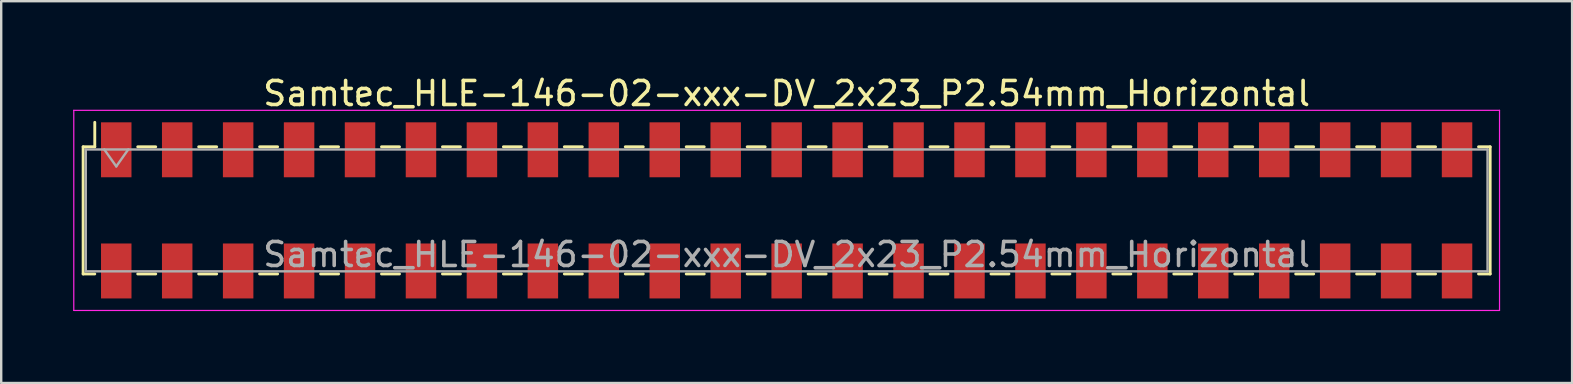
<source format=kicad_pcb>
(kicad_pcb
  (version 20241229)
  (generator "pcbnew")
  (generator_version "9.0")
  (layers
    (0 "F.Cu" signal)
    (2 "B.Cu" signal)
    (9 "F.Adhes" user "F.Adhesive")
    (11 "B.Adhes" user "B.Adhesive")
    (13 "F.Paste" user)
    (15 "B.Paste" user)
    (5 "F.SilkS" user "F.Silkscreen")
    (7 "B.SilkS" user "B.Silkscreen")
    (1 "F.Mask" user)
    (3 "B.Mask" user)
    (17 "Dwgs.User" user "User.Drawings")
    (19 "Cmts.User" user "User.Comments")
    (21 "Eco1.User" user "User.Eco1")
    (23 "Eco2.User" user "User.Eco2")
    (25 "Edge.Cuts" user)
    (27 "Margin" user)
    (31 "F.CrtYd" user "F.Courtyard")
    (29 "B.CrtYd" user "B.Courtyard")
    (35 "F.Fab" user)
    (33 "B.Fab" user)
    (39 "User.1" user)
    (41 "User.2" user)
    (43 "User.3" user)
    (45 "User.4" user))
  (footprint "Samtec_HLE-146-02-xxx-DV_2x23_P2.54mm_Horizontal"
    (layer "F.Cu")
    (at 29.735 5.718)
    (property "Reference" "Samtec_HLE-146-02-xxx-DV_2x23_P2.54mm_Horizontal" (at 0 -4.87 0) (layer "F.SilkS") (effects (font (size 1 1) (thickness 0.15))))
    (attr smd)
    (fp_line (start -29.32 -2.65) (end -29.32 2.65) (stroke (width 0.12) (type solid)) (layer "F.SilkS"))
    (fp_line (start -29.32 2.65) (end -28.835 2.65) (stroke (width 0.12) (type solid)) (layer "F.SilkS"))
    (fp_line (start -28.835 -3.67) (end -28.835 -2.65) (stroke (width 0.12) (type solid)) (layer "F.SilkS"))
    (fp_line (start -28.835 -2.65) (end -29.32 -2.65) (stroke (width 0.12) (type solid)) (layer "F.SilkS"))
    (fp_line (start -27.045 -2.65) (end -26.295 -2.65) (stroke (width 0.12) (type solid)) (layer "F.SilkS"))
    (fp_line (start -27.045 2.65) (end -26.295 2.65) (stroke (width 0.12) (type solid)) (layer "F.SilkS"))
    (fp_line (start -24.505 -2.65) (end -23.755 -2.65) (stroke (width 0.12) (type solid)) (layer "F.SilkS"))
    (fp_line (start -24.505 2.65) (end -23.755 2.65) (stroke (width 0.12) (type solid)) (layer "F.SilkS"))
    (fp_line (start -21.965 -2.65) (end -21.215 -2.65) (stroke (width 0.12) (type solid)) (layer "F.SilkS"))
    (fp_line (start -21.965 2.65) (end -21.215 2.65) (stroke (width 0.12) (type solid)) (layer "F.SilkS"))
    (fp_line (start -19.425 -2.65) (end -18.675 -2.65) (stroke (width 0.12) (type solid)) (layer "F.SilkS"))
    (fp_line (start -19.425 2.65) (end -18.675 2.65) (stroke (width 0.12) (type solid)) (layer "F.SilkS"))
    (fp_line (start -16.885 -2.65) (end -16.135 -2.65) (stroke (width 0.12) (type solid)) (layer "F.SilkS"))
    (fp_line (start -16.885 2.65) (end -16.135 2.65) (stroke (width 0.12) (type solid)) (layer "F.SilkS"))
    (fp_line (start -14.345 -2.65) (end -13.595 -2.65) (stroke (width 0.12) (type solid)) (layer "F.SilkS"))
    (fp_line (start -14.345 2.65) (end -13.595 2.65) (stroke (width 0.12) (type solid)) (layer "F.SilkS"))
    (fp_line (start -11.805 -2.65) (end -11.055 -2.65) (stroke (width 0.12) (type solid)) (layer "F.SilkS"))
    (fp_line (start -11.805 2.65) (end -11.055 2.65) (stroke (width 0.12) (type solid)) (layer "F.SilkS"))
    (fp_line (start -9.265 -2.65) (end -8.515 -2.65) (stroke (width 0.12) (type solid)) (layer "F.SilkS"))
    (fp_line (start -9.265 2.65) (end -8.515 2.65) (stroke (width 0.12) (type solid)) (layer "F.SilkS"))
    (fp_line (start -6.725 -2.65) (end -5.975 -2.65) (stroke (width 0.12) (type solid)) (layer "F.SilkS"))
    (fp_line (start -6.725 2.65) (end -5.975 2.65) (stroke (width 0.12) (type solid)) (layer "F.SilkS"))
    (fp_line (start -4.185 -2.65) (end -3.435 -2.65) (stroke (width 0.12) (type solid)) (layer "F.SilkS"))
    (fp_line (start -4.185 2.65) (end -3.435 2.65) (stroke (width 0.12) (type solid)) (layer "F.SilkS"))
    (fp_line (start -1.645 -2.65) (end -0.895 -2.65) (stroke (width 0.12) (type solid)) (layer "F.SilkS"))
    (fp_line (start -1.645 2.65) (end -0.895 2.65) (stroke (width 0.12) (type solid)) (layer "F.SilkS"))
    (fp_line (start 0.895 -2.65) (end 1.645 -2.65) (stroke (width 0.12) (type solid)) (layer "F.SilkS"))
    (fp_line (start 0.895 2.65) (end 1.645 2.65) (stroke (width 0.12) (type solid)) (layer "F.SilkS"))
    (fp_line (start 3.435 -2.65) (end 4.185 -2.65) (stroke (width 0.12) (type solid)) (layer "F.SilkS"))
    (fp_line (start 3.435 2.65) (end 4.185 2.65) (stroke (width 0.12) (type solid)) (layer "F.SilkS"))
    (fp_line (start 5.975 -2.65) (end 6.725 -2.65) (stroke (width 0.12) (type solid)) (layer "F.SilkS"))
    (fp_line (start 5.975 2.65) (end 6.725 2.65) (stroke (width 0.12) (type solid)) (layer "F.SilkS"))
    (fp_line (start 8.515 -2.65) (end 9.265 -2.65) (stroke (width 0.12) (type solid)) (layer "F.SilkS"))
    (fp_line (start 8.515 2.65) (end 9.265 2.65) (stroke (width 0.12) (type solid)) (layer "F.SilkS"))
    (fp_line (start 11.055 -2.65) (end 11.805 -2.65) (stroke (width 0.12) (type solid)) (layer "F.SilkS"))
    (fp_line (start 11.055 2.65) (end 11.805 2.65) (stroke (width 0.12) (type solid)) (layer "F.SilkS"))
    (fp_line (start 13.595 -2.65) (end 14.345 -2.65) (stroke (width 0.12) (type solid)) (layer "F.SilkS"))
    (fp_line (start 13.595 2.65) (end 14.345 2.65) (stroke (width 0.12) (type solid)) (layer "F.SilkS"))
    (fp_line (start 16.135 -2.65) (end 16.885 -2.65) (stroke (width 0.12) (type solid)) (layer "F.SilkS"))
    (fp_line (start 16.135 2.65) (end 16.885 2.65) (stroke (width 0.12) (type solid)) (layer "F.SilkS"))
    (fp_line (start 18.675 -2.65) (end 19.425 -2.65) (stroke (width 0.12) (type solid)) (layer "F.SilkS"))
    (fp_line (start 18.675 2.65) (end 19.425 2.65) (stroke (width 0.12) (type solid)) (layer "F.SilkS"))
    (fp_line (start 21.215 -2.65) (end 21.965 -2.65) (stroke (width 0.12) (type solid)) (layer "F.SilkS"))
    (fp_line (start 21.215 2.65) (end 21.965 2.65) (stroke (width 0.12) (type solid)) (layer "F.SilkS"))
    (fp_line (start 23.755 -2.65) (end 24.505 -2.65) (stroke (width 0.12) (type solid)) (layer "F.SilkS"))
    (fp_line (start 23.755 2.65) (end 24.505 2.65) (stroke (width 0.12) (type solid)) (layer "F.SilkS"))
    (fp_line (start 26.295 -2.65) (end 27.045 -2.65) (stroke (width 0.12) (type solid)) (layer "F.SilkS"))
    (fp_line (start 26.295 2.65) (end 27.045 2.65) (stroke (width 0.12) (type solid)) (layer "F.SilkS"))
    (fp_line (start 28.835 -2.65) (end 29.32 -2.65) (stroke (width 0.12) (type solid)) (layer "F.SilkS"))
    (fp_line (start 29.32 -2.65) (end 29.32 2.65) (stroke (width 0.12) (type solid)) (layer "F.SilkS"))
    (fp_line (start 29.32 2.65) (end 28.835 2.65) (stroke (width 0.12) (type solid)) (layer "F.SilkS"))
    (fp_line (start -29.71 -4.17) (end 29.71 -4.17) (stroke (width 0.05) (type solid)) (layer "F.CrtYd"))
    (fp_line (start -29.71 4.17) (end -29.71 -4.17) (stroke (width 0.05) (type solid)) (layer "F.CrtYd"))
    (fp_line (start 29.71 -4.17) (end 29.71 4.17) (stroke (width 0.05) (type solid)) (layer "F.CrtYd"))
    (fp_line (start 29.71 4.17) (end -29.71 4.17) (stroke (width 0.05) (type solid)) (layer "F.CrtYd"))
    (fp_line (start -29.21 -2.54) (end 29.21 -2.54) (stroke (width 0.1) (type solid)) (layer "F.Fab"))
    (fp_line (start -29.21 2.54) (end -29.21 -2.54) (stroke (width 0.1) (type solid)) (layer "F.Fab"))
    (fp_line (start -28.44 -2.54) (end -27.94 -1.833) (stroke (width 0.1) (type solid)) (layer "F.Fab"))
    (fp_line (start -27.94 -1.833) (end -27.44 -2.54) (stroke (width 0.1) (type solid)) (layer "F.Fab"))
    (fp_line (start 29.21 -2.54) (end 29.21 2.54) (stroke (width 0.1) (type solid)) (layer "F.Fab"))
    (fp_line (start 29.21 2.54) (end -29.21 2.54) (stroke (width 0.1) (type solid)) (layer "F.Fab"))
    (fp_text user "${REFERENCE}" (at 0 1.84 0) (layer "F.Fab") (effects (font (size 1 1) (thickness 0.15))))
    (pad "1" smd rect (at -27.94 -2.525) (size 1.27 2.29) (layers "F.Cu" "F.Mask" "F.Paste"))
    (pad "2" smd rect (at -27.94 2.525) (size 1.27 2.29) (layers "F.Cu" "F.Mask" "F.Paste"))
    (pad "3" smd rect (at -25.4 -2.525) (size 1.27 2.29) (layers "F.Cu" "F.Mask" "F.Paste"))
    (pad "4" smd rect (at -25.4 2.525) (size 1.27 2.29) (layers "F.Cu" "F.Mask" "F.Paste"))
    (pad "5" smd rect (at -22.86 -2.525) (size 1.27 2.29) (layers "F.Cu" "F.Mask" "F.Paste"))
    (pad "6" smd rect (at -22.86 2.525) (size 1.27 2.29) (layers "F.Cu" "F.Mask" "F.Paste"))
    (pad "7" smd rect (at -20.32 -2.525) (size 1.27 2.29) (layers "F.Cu" "F.Mask" "F.Paste"))
    (pad "8" smd rect (at -20.32 2.525) (size 1.27 2.29) (layers "F.Cu" "F.Mask" "F.Paste"))
    (pad "9" smd rect (at -17.78 -2.525) (size 1.27 2.29) (layers "F.Cu" "F.Mask" "F.Paste"))
    (pad "10" smd rect (at -17.78 2.525) (size 1.27 2.29) (layers "F.Cu" "F.Mask" "F.Paste"))
    (pad "11" smd rect (at -15.24 -2.525) (size 1.27 2.29) (layers "F.Cu" "F.Mask" "F.Paste"))
    (pad "12" smd rect (at -15.24 2.525) (size 1.27 2.29) (layers "F.Cu" "F.Mask" "F.Paste"))
    (pad "13" smd rect (at -12.7 -2.525) (size 1.27 2.29) (layers "F.Cu" "F.Mask" "F.Paste"))
    (pad "14" smd rect (at -12.7 2.525) (size 1.27 2.29) (layers "F.Cu" "F.Mask" "F.Paste"))
    (pad "15" smd rect (at -10.16 -2.525) (size 1.27 2.29) (layers "F.Cu" "F.Mask" "F.Paste"))
    (pad "16" smd rect (at -10.16 2.525) (size 1.27 2.29) (layers "F.Cu" "F.Mask" "F.Paste"))
    (pad "17" smd rect (at -7.62 -2.525) (size 1.27 2.29) (layers "F.Cu" "F.Mask" "F.Paste"))
    (pad "18" smd rect (at -7.62 2.525) (size 1.27 2.29) (layers "F.Cu" "F.Mask" "F.Paste"))
    (pad "19" smd rect (at -5.08 -2.525) (size 1.27 2.29) (layers "F.Cu" "F.Mask" "F.Paste"))
    (pad "20" smd rect (at -5.08 2.525) (size 1.27 2.29) (layers "F.Cu" "F.Mask" "F.Paste"))
    (pad "21" smd rect (at -2.54 -2.525) (size 1.27 2.29) (layers "F.Cu" "F.Mask" "F.Paste"))
    (pad "22" smd rect (at -2.54 2.525) (size 1.27 2.29) (layers "F.Cu" "F.Mask" "F.Paste"))
    (pad "23" smd rect (at 0 -2.525) (size 1.27 2.29) (layers "F.Cu" "F.Mask" "F.Paste"))
    (pad "24" smd rect (at 0 2.525) (size 1.27 2.29) (layers "F.Cu" "F.Mask" "F.Paste"))
    (pad "25" smd rect (at 2.54 -2.525) (size 1.27 2.29) (layers "F.Cu" "F.Mask" "F.Paste"))
    (pad "26" smd rect (at 2.54 2.525) (size 1.27 2.29) (layers "F.Cu" "F.Mask" "F.Paste"))
    (pad "27" smd rect (at 5.08 -2.525) (size 1.27 2.29) (layers "F.Cu" "F.Mask" "F.Paste"))
    (pad "28" smd rect (at 5.08 2.525) (size 1.27 2.29) (layers "F.Cu" "F.Mask" "F.Paste"))
    (pad "29" smd rect (at 7.62 -2.525) (size 1.27 2.29) (layers "F.Cu" "F.Mask" "F.Paste"))
    (pad "30" smd rect (at 7.62 2.525) (size 1.27 2.29) (layers "F.Cu" "F.Mask" "F.Paste"))
    (pad "31" smd rect (at 10.16 -2.525) (size 1.27 2.29) (layers "F.Cu" "F.Mask" "F.Paste"))
    (pad "32" smd rect (at 10.16 2.525) (size 1.27 2.29) (layers "F.Cu" "F.Mask" "F.Paste"))
    (pad "33" smd rect (at 12.7 -2.525) (size 1.27 2.29) (layers "F.Cu" "F.Mask" "F.Paste"))
    (pad "34" smd rect (at 12.7 2.525) (size 1.27 2.29) (layers "F.Cu" "F.Mask" "F.Paste"))
    (pad "35" smd rect (at 15.24 -2.525) (size 1.27 2.29) (layers "F.Cu" "F.Mask" "F.Paste"))
    (pad "36" smd rect (at 15.24 2.525) (size 1.27 2.29) (layers "F.Cu" "F.Mask" "F.Paste"))
    (pad "37" smd rect (at 17.78 -2.525) (size 1.27 2.29) (layers "F.Cu" "F.Mask" "F.Paste"))
    (pad "38" smd rect (at 17.78 2.525) (size 1.27 2.29) (layers "F.Cu" "F.Mask" "F.Paste"))
    (pad "39" smd rect (at 20.32 -2.525) (size 1.27 2.29) (layers "F.Cu" "F.Mask" "F.Paste"))
    (pad "40" smd rect (at 20.32 2.525) (size 1.27 2.29) (layers "F.Cu" "F.Mask" "F.Paste"))
    (pad "41" smd rect (at 22.86 -2.525) (size 1.27 2.29) (layers "F.Cu" "F.Mask" "F.Paste"))
    (pad "42" smd rect (at 22.86 2.525) (size 1.27 2.29) (layers "F.Cu" "F.Mask" "F.Paste"))
    (pad "43" smd rect (at 25.4 -2.525) (size 1.27 2.29) (layers "F.Cu" "F.Mask" "F.Paste"))
    (pad "44" smd rect (at 25.4 2.525) (size 1.27 2.29) (layers "F.Cu" "F.Mask" "F.Paste"))
    (pad "45" smd rect (at 27.94 -2.525) (size 1.27 2.29) (layers "F.Cu" "F.Mask" "F.Paste"))
    (pad "46" smd rect (at 27.94 2.525) (size 1.27 2.29) (layers "F.Cu" "F.Mask" "F.Paste")))
  (gr_rect
    (start -3 -3)
    (end 62.47 12.913)
    (stroke (width 0.1) (type default))
    (fill no)
    (layer "Edge.Cuts")))
</source>
